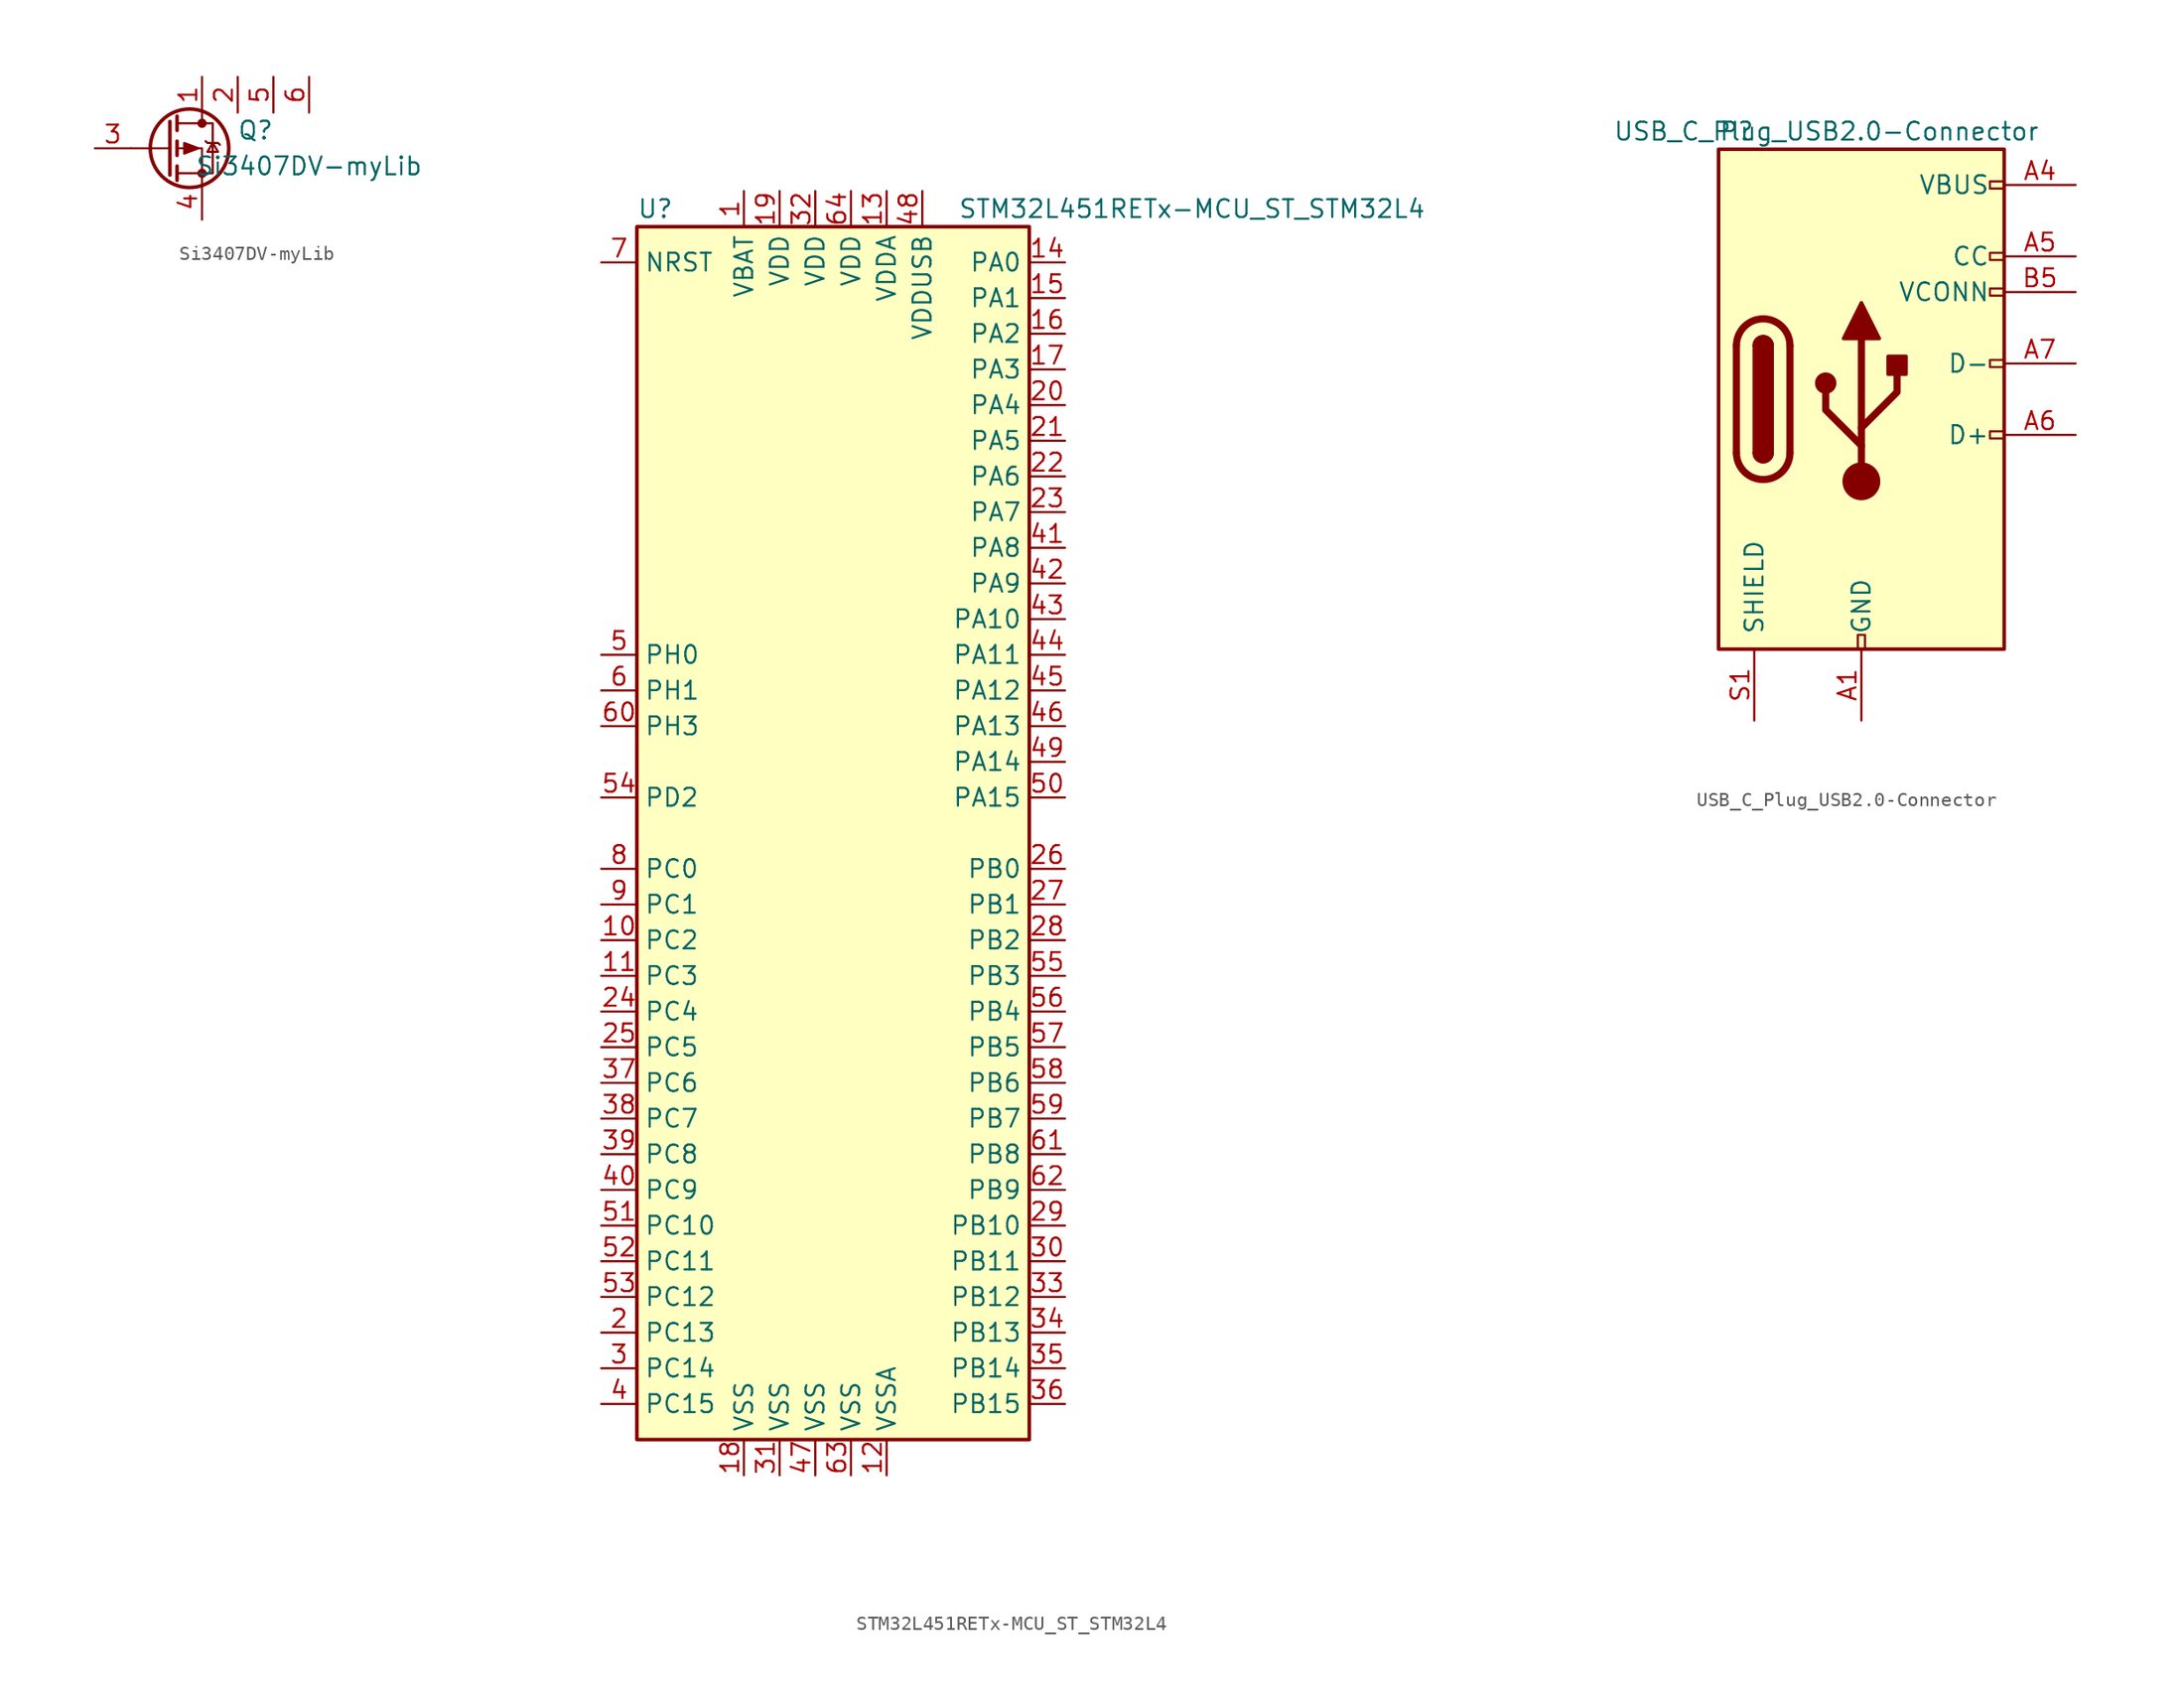
<source format=kicad_sym>
(kicad_symbol_lib
  (version 20211014)
  (generator kicad_symbol_editor)
  (symbol "Si3407DV-myLib"
    (pin_names
      (offset 0) hide)
    (property "Reference" "Q"
      (at 6.35 1.27 0)
      (effects (font (size 1.27 1.27))))
    (property "Value" "Si3407DV-myLib"
      (at 10.16 -1.27 0)
      (effects (font (size 1.27 1.27))))
    (symbol "Si3407DV-myLib_0_1"
      (polyline (pts (xy 0.254 0) (xy -2.54 0)) (stroke (width 0) (type default) (color 0 0 0 0)) (fill (type none)))
      (polyline (pts (xy 0.254 1.905) (xy 0.254 -1.905)) (stroke (width 0.254) (type default) (color 0 0 0 0)) (fill (type none)))
      (polyline (pts (xy 0.762 -1.27) (xy 0.762 -2.286)) (stroke (width 0.254) (type default) (color 0 0 0 0)) (fill (type none)))
      (polyline (pts (xy 0.762 0.508) (xy 0.762 -0.508)) (stroke (width 0.254) (type default) (color 0 0 0 0)) (fill (type none)))
      (polyline (pts (xy 0.762 2.286) (xy 0.762 1.27)) (stroke (width 0.254) (type default) (color 0 0 0 0)) (fill (type none)))
      (polyline (pts (xy 2.54 2.54) (xy 2.54 1.778)) (stroke (width 0) (type default) (color 0 0 0 0)) (fill (type none)))
      (polyline (pts (xy 2.54 -2.54) (xy 2.54 0) (xy 0.762 0)) (stroke (width 0) (type default) (color 0 0 0 0)) (fill (type none)))
      (polyline (pts (xy 0.762 -1.778) (xy 3.302 -1.778) (xy 3.302 1.778) (xy 0.762 1.778)) (stroke (width 0) (type default) (color 0 0 0 0)) (fill (type none)))
      (polyline (pts (xy 2.286 0) (xy 1.27 -0.381) (xy 1.27 0.381) (xy 2.286 0)) (stroke (width 0) (type default) (color 0 0 0 0)) (fill (type outline)))
      (polyline (pts (xy 2.794 0.508) (xy 2.921 0.381) (xy 3.683 0.381) (xy 3.81 0.254)) (stroke (width 0) (type default) (color 0 0 0 0)) (fill (type none)))
      (polyline (pts (xy 3.302 0.381) (xy 2.921 -0.254) (xy 3.683 -0.254) (xy 3.302 0.381)) (stroke (width 0) (type default) (color 0 0 0 0)) (fill (type none)))
      (circle (center 1.651 0) (radius 2.794) (stroke (width 0.254) (type default) (color 0 0 0 0)) (fill (type none)))
      (circle (center 2.54 -1.778) (radius 0.254) (stroke (width 0) (type default) (color 0 0 0 0)) (fill (type outline)))
      (circle (center 2.54 1.778) (radius 0.254) (stroke (width 0) (type default) (color 0 0 0 0)) (fill (type outline))))
    (symbol "Si3407DV-myLib_1_1"
      (pin passive line (at 2.54 5.08 270) (length 2.54) (name "D" (effects (font (size 1.27 1.27)))) (number "1" (effects (font (size 1.27 1.27)))))
      (pin passive line (at 5.08 5.08 270) (length 2.54) (name "D" (effects (font (size 1.27 1.27)))) (number "2" (effects (font (size 1.27 1.27)))))
      (pin input line (at -5.08 0 0) (length 2.54) (name "G" (effects (font (size 1.27 1.27)))) (number "3" (effects (font (size 1.27 1.27)))))
      (pin passive line (at 2.54 -5.08 90) (length 2.54) (name "S" (effects (font (size 1.27 1.27)))) (number "4" (effects (font (size 1.27 1.27)))))
      (pin passive line (at 7.62 5.08 270) (length 2.54) (name "D" (effects (font (size 1.27 1.27)))) (number "5" (effects (font (size 1.27 1.27)))))
      (pin passive line (at 10.16 5.08 270) (length 2.54) (name "D" (effects (font (size 1.27 1.27)))) (number "6" (effects (font (size 1.27 1.27)))))))
  (symbol "STM32L451RETx-MCU_ST_STM32L4"
    (property "Reference" "U"
      (at -15.24 44.45 0)
      (effects (font (size 1.27 1.27)) (justify left)))
    (property "Value" "STM32L451RETx-MCU_ST_STM32L4"
      (at 7.62 44.45 0)
      (effects (font (size 1.27 1.27)) (justify left)))
    (symbol "STM32L451RETx-MCU_ST_STM32L4_0_1"
      (rectangle (start -15.24 -43.18) (end 12.7 43.18) (stroke (width 0.254) (type default) (color 0 0 0 0)) (fill (type background))))
    (symbol "STM32L451RETx-MCU_ST_STM32L4_1_1"
      (pin power_in line (at -7.62 45.72 270) (length 2.54) (name "VBAT" (effects (font (size 1.27 1.27)))) (number "1" (effects (font (size 1.27 1.27)))))
      (pin bidirectional line (at -17.78 -7.62 0) (length 2.54) (name "PC2" (effects (font (size 1.27 1.27)))) (number "10" (effects (font (size 1.27 1.27)))))
      (pin bidirectional line (at -17.78 -10.16 0) (length 2.54) (name "PC3" (effects (font (size 1.27 1.27)))) (number "11" (effects (font (size 1.27 1.27)))))
      (pin power_in line (at 2.54 -45.72 90) (length 2.54) (name "VSSA" (effects (font (size 1.27 1.27)))) (number "12" (effects (font (size 1.27 1.27)))))
      (pin power_in line (at 2.54 45.72 270) (length 2.54) (name "VDDA" (effects (font (size 1.27 1.27)))) (number "13" (effects (font (size 1.27 1.27)))))
      (pin bidirectional line (at 15.24 40.64 180) (length 2.54) (name "PA0" (effects (font (size 1.27 1.27)))) (number "14" (effects (font (size 1.27 1.27)))))
      (pin bidirectional line (at 15.24 38.1 180) (length 2.54) (name "PA1" (effects (font (size 1.27 1.27)))) (number "15" (effects (font (size 1.27 1.27)))))
      (pin bidirectional line (at 15.24 35.56 180) (length 2.54) (name "PA2" (effects (font (size 1.27 1.27)))) (number "16" (effects (font (size 1.27 1.27)))))
      (pin bidirectional line (at 15.24 33.02 180) (length 2.54) (name "PA3" (effects (font (size 1.27 1.27)))) (number "17" (effects (font (size 1.27 1.27)))))
      (pin power_in line (at -7.62 -45.72 90) (length 2.54) (name "VSS" (effects (font (size 1.27 1.27)))) (number "18" (effects (font (size 1.27 1.27)))))
      (pin power_in line (at -5.08 45.72 270) (length 2.54) (name "VDD" (effects (font (size 1.27 1.27)))) (number "19" (effects (font (size 1.27 1.27)))))
      (pin bidirectional line (at -17.78 -35.56 0) (length 2.54) (name "PC13" (effects (font (size 1.27 1.27)))) (number "2" (effects (font (size 1.27 1.27)))))
      (pin bidirectional line (at 15.24 30.48 180) (length 2.54) (name "PA4" (effects (font (size 1.27 1.27)))) (number "20" (effects (font (size 1.27 1.27)))))
      (pin bidirectional line (at 15.24 27.94 180) (length 2.54) (name "PA5" (effects (font (size 1.27 1.27)))) (number "21" (effects (font (size 1.27 1.27)))))
      (pin bidirectional line (at 15.24 25.4 180) (length 2.54) (name "PA6" (effects (font (size 1.27 1.27)))) (number "22" (effects (font (size 1.27 1.27)))))
      (pin bidirectional line (at 15.24 22.86 180) (length 2.54) (name "PA7" (effects (font (size 1.27 1.27)))) (number "23" (effects (font (size 1.27 1.27)))))
      (pin bidirectional line (at -17.78 -12.7 0) (length 2.54) (name "PC4" (effects (font (size 1.27 1.27)))) (number "24" (effects (font (size 1.27 1.27)))))
      (pin bidirectional line (at -17.78 -15.24 0) (length 2.54) (name "PC5" (effects (font (size 1.27 1.27)))) (number "25" (effects (font (size 1.27 1.27)))))
      (pin bidirectional line (at 15.24 -2.54 180) (length 2.54) (name "PB0" (effects (font (size 1.27 1.27)))) (number "26" (effects (font (size 1.27 1.27)))))
      (pin bidirectional line (at 15.24 -5.08 180) (length 2.54) (name "PB1" (effects (font (size 1.27 1.27)))) (number "27" (effects (font (size 1.27 1.27)))))
      (pin bidirectional line (at 15.24 -7.62 180) (length 2.54) (name "PB2" (effects (font (size 1.27 1.27)))) (number "28" (effects (font (size 1.27 1.27)))))
      (pin bidirectional line (at 15.24 -27.94 180) (length 2.54) (name "PB10" (effects (font (size 1.27 1.27)))) (number "29" (effects (font (size 1.27 1.27)))))
      (pin bidirectional line (at -17.78 -38.1 0) (length 2.54) (name "PC14" (effects (font (size 1.27 1.27)))) (number "3" (effects (font (size 1.27 1.27)))))
      (pin bidirectional line (at 15.24 -30.48 180) (length 2.54) (name "PB11" (effects (font (size 1.27 1.27)))) (number "30" (effects (font (size 1.27 1.27)))))
      (pin power_in line (at -5.08 -45.72 90) (length 2.54) (name "VSS" (effects (font (size 1.27 1.27)))) (number "31" (effects (font (size 1.27 1.27)))))
      (pin power_in line (at -2.54 45.72 270) (length 2.54) (name "VDD" (effects (font (size 1.27 1.27)))) (number "32" (effects (font (size 1.27 1.27)))))
      (pin bidirectional line (at 15.24 -33.02 180) (length 2.54) (name "PB12" (effects (font (size 1.27 1.27)))) (number "33" (effects (font (size 1.27 1.27)))))
      (pin bidirectional line (at 15.24 -35.56 180) (length 2.54) (name "PB13" (effects (font (size 1.27 1.27)))) (number "34" (effects (font (size 1.27 1.27)))))
      (pin bidirectional line (at 15.24 -38.1 180) (length 2.54) (name "PB14" (effects (font (size 1.27 1.27)))) (number "35" (effects (font (size 1.27 1.27)))))
      (pin bidirectional line (at 15.24 -40.64 180) (length 2.54) (name "PB15" (effects (font (size 1.27 1.27)))) (number "36" (effects (font (size 1.27 1.27)))))
      (pin bidirectional line (at -17.78 -17.78 0) (length 2.54) (name "PC6" (effects (font (size 1.27 1.27)))) (number "37" (effects (font (size 1.27 1.27)))))
      (pin bidirectional line (at -17.78 -20.32 0) (length 2.54) (name "PC7" (effects (font (size 1.27 1.27)))) (number "38" (effects (font (size 1.27 1.27)))))
      (pin bidirectional line (at -17.78 -22.86 0) (length 2.54) (name "PC8" (effects (font (size 1.27 1.27)))) (number "39" (effects (font (size 1.27 1.27)))))
      (pin bidirectional line (at -17.78 -40.64 0) (length 2.54) (name "PC15" (effects (font (size 1.27 1.27)))) (number "4" (effects (font (size 1.27 1.27)))))
      (pin bidirectional line (at -17.78 -25.4 0) (length 2.54) (name "PC9" (effects (font (size 1.27 1.27)))) (number "40" (effects (font (size 1.27 1.27)))))
      (pin bidirectional line (at 15.24 20.32 180) (length 2.54) (name "PA8" (effects (font (size 1.27 1.27)))) (number "41" (effects (font (size 1.27 1.27)))))
      (pin bidirectional line (at 15.24 17.78 180) (length 2.54) (name "PA9" (effects (font (size 1.27 1.27)))) (number "42" (effects (font (size 1.27 1.27)))))
      (pin bidirectional line (at 15.24 15.24 180) (length 2.54) (name "PA10" (effects (font (size 1.27 1.27)))) (number "43" (effects (font (size 1.27 1.27)))))
      (pin bidirectional line (at 15.24 12.7 180) (length 2.54) (name "PA11" (effects (font (size 1.27 1.27)))) (number "44" (effects (font (size 1.27 1.27)))))
      (pin bidirectional line (at 15.24 10.16 180) (length 2.54) (name "PA12" (effects (font (size 1.27 1.27)))) (number "45" (effects (font (size 1.27 1.27)))))
      (pin bidirectional line (at 15.24 7.62 180) (length 2.54) (name "PA13" (effects (font (size 1.27 1.27)))) (number "46" (effects (font (size 1.27 1.27)))))
      (pin power_in line (at -2.54 -45.72 90) (length 2.54) (name "VSS" (effects (font (size 1.27 1.27)))) (number "47" (effects (font (size 1.27 1.27)))))
      (pin power_in line (at 5.08 45.72 270) (length 2.54) (name "VDDUSB" (effects (font (size 1.27 1.27)))) (number "48" (effects (font (size 1.27 1.27)))))
      (pin bidirectional line (at 15.24 5.08 180) (length 2.54) (name "PA14" (effects (font (size 1.27 1.27)))) (number "49" (effects (font (size 1.27 1.27)))))
      (pin input line (at -17.78 12.7 0) (length 2.54) (name "PH0" (effects (font (size 1.27 1.27)))) (number "5" (effects (font (size 1.27 1.27)))))
      (pin bidirectional line (at 15.24 2.54 180) (length 2.54) (name "PA15" (effects (font (size 1.27 1.27)))) (number "50" (effects (font (size 1.27 1.27)))))
      (pin bidirectional line (at -17.78 -27.94 0) (length 2.54) (name "PC10" (effects (font (size 1.27 1.27)))) (number "51" (effects (font (size 1.27 1.27)))))
      (pin bidirectional line (at -17.78 -30.48 0) (length 2.54) (name "PC11" (effects (font (size 1.27 1.27)))) (number "52" (effects (font (size 1.27 1.27)))))
      (pin bidirectional line (at -17.78 -33.02 0) (length 2.54) (name "PC12" (effects (font (size 1.27 1.27)))) (number "53" (effects (font (size 1.27 1.27)))))
      (pin bidirectional line (at -17.78 2.54 0) (length 2.54) (name "PD2" (effects (font (size 1.27 1.27)))) (number "54" (effects (font (size 1.27 1.27)))))
      (pin bidirectional line (at 15.24 -10.16 180) (length 2.54) (name "PB3" (effects (font (size 1.27 1.27)))) (number "55" (effects (font (size 1.27 1.27)))))
      (pin bidirectional line (at 15.24 -12.7 180) (length 2.54) (name "PB4" (effects (font (size 1.27 1.27)))) (number "56" (effects (font (size 1.27 1.27)))))
      (pin bidirectional line (at 15.24 -15.24 180) (length 2.54) (name "PB5" (effects (font (size 1.27 1.27)))) (number "57" (effects (font (size 1.27 1.27)))))
      (pin bidirectional line (at 15.24 -17.78 180) (length 2.54) (name "PB6" (effects (font (size 1.27 1.27)))) (number "58" (effects (font (size 1.27 1.27)))))
      (pin bidirectional line (at 15.24 -20.32 180) (length 2.54) (name "PB7" (effects (font (size 1.27 1.27)))) (number "59" (effects (font (size 1.27 1.27)))))
      (pin input line (at -17.78 10.16 0) (length 2.54) (name "PH1" (effects (font (size 1.27 1.27)))) (number "6" (effects (font (size 1.27 1.27)))))
      (pin bidirectional line (at -17.78 7.62 0) (length 2.54) (name "PH3" (effects (font (size 1.27 1.27)))) (number "60" (effects (font (size 1.27 1.27)))))
      (pin bidirectional line (at 15.24 -22.86 180) (length 2.54) (name "PB8" (effects (font (size 1.27 1.27)))) (number "61" (effects (font (size 1.27 1.27)))))
      (pin bidirectional line (at 15.24 -25.4 180) (length 2.54) (name "PB9" (effects (font (size 1.27 1.27)))) (number "62" (effects (font (size 1.27 1.27)))))
      (pin power_in line (at 0 -45.72 90) (length 2.54) (name "VSS" (effects (font (size 1.27 1.27)))) (number "63" (effects (font (size 1.27 1.27)))))
      (pin power_in line (at 0 45.72 270) (length 2.54) (name "VDD" (effects (font (size 1.27 1.27)))) (number "64" (effects (font (size 1.27 1.27)))))
      (pin input line (at -17.78 40.64 0) (length 2.54) (name "NRST" (effects (font (size 1.27 1.27)))) (number "7" (effects (font (size 1.27 1.27)))))
      (pin bidirectional line (at -17.78 -2.54 0) (length 2.54) (name "PC0" (effects (font (size 1.27 1.27)))) (number "8" (effects (font (size 1.27 1.27)))))
      (pin bidirectional line (at -17.78 -5.08 0) (length 2.54) (name "PC1" (effects (font (size 1.27 1.27)))) (number "9" (effects (font (size 1.27 1.27)))))))
  (symbol "USB_C_Plug_USB2.0-Connector"
    (pin_names
      (offset 1.016))
    (property "Reference" "P"
      (at -10.16 19.05 0)
      (effects (font (size 1.27 1.27)) (justify left)))
    (property "Value" "USB_C_Plug_USB2.0-Connector"
      (at 12.7 19.05 0)
      (effects (font (size 1.27 1.27)) (justify right)))
    (symbol "USB_C_Plug_USB2.0-Connector_0_0"
      (rectangle (start -0.254 -17.78) (end 0.254 -16.764) (stroke (width 0) (type default) (color 0 0 0 0)) (fill (type none)))
      (rectangle (start 10.16 -2.286) (end 9.144 -2.794) (stroke (width 0) (type default) (color 0 0 0 0)) (fill (type none)))
      (rectangle (start 10.16 2.794) (end 9.144 2.286) (stroke (width 0) (type default) (color 0 0 0 0)) (fill (type none)))
      (rectangle (start 10.16 7.874) (end 9.144 7.366) (stroke (width 0) (type default) (color 0 0 0 0)) (fill (type none)))
      (rectangle (start 10.16 10.414) (end 9.144 9.906) (stroke (width 0) (type default) (color 0 0 0 0)) (fill (type none)))
      (rectangle (start 10.16 15.494) (end 9.144 14.986) (stroke (width 0) (type default) (color 0 0 0 0)) (fill (type none))))
    (symbol "USB_C_Plug_USB2.0-Connector_0_1"
      (rectangle (start -10.16 17.78) (end 10.16 -17.78) (stroke (width 0.254) (type default) (color 0 0 0 0)) (fill (type background)))
      (arc (start -8.89 -3.81) (mid -6.985 -5.715) (end -5.08 -3.81) (stroke (width 0.508) (type default) (color 0 0 0 0)) (fill (type none)))
      (arc (start -7.62 -3.81) (mid -6.985 -4.445) (end -6.35 -3.81) (stroke (width 0.254) (type default) (color 0 0 0 0)) (fill (type none)))
      (arc (start -7.62 -3.81) (mid -6.985 -4.445) (end -6.35 -3.81) (stroke (width 0.254) (type default) (color 0 0 0 0)) (fill (type outline)))
      (rectangle (start -7.62 -3.81) (end -6.35 3.81) (stroke (width 0.254) (type default) (color 0 0 0 0)) (fill (type outline)))
      (arc (start -6.35 3.81) (mid -6.985 4.445) (end -7.62 3.81) (stroke (width 0.254) (type default) (color 0 0 0 0)) (fill (type none)))
      (arc (start -6.35 3.81) (mid -6.985 4.445) (end -7.62 3.81) (stroke (width 0.254) (type default) (color 0 0 0 0)) (fill (type outline)))
      (arc (start -5.08 3.81) (mid -6.985 5.715) (end -8.89 3.81) (stroke (width 0.508) (type default) (color 0 0 0 0)) (fill (type none)))
      (circle (center -2.54 1.143) (radius 0.635) (stroke (width 0.254) (type default) (color 0 0 0 0)) (fill (type outline)))
      (circle (center 0 -5.842) (radius 1.27) (stroke (width 0) (type default) (color 0 0 0 0)) (fill (type outline)))
      (polyline (pts (xy -8.89 -3.81) (xy -8.89 3.81)) (stroke (width 0.508) (type default) (color 0 0 0 0)) (fill (type none)))
      (polyline (pts (xy -5.08 3.81) (xy -5.08 -3.81)) (stroke (width 0.508) (type default) (color 0 0 0 0)) (fill (type none)))
      (polyline (pts (xy 0 -5.842) (xy 0 4.318)) (stroke (width 0.508) (type default) (color 0 0 0 0)) (fill (type none)))
      (polyline (pts (xy 0 -3.302) (xy -2.54 -0.762) (xy -2.54 0.508)) (stroke (width 0.508) (type default) (color 0 0 0 0)) (fill (type none)))
      (polyline (pts (xy 0 -2.032) (xy 2.54 0.508) (xy 2.54 1.778)) (stroke (width 0.508) (type default) (color 0 0 0 0)) (fill (type none)))
      (polyline (pts (xy -1.27 4.318) (xy 0 6.858) (xy 1.27 4.318) (xy -1.27 4.318)) (stroke (width 0.254) (type default) (color 0 0 0 0)) (fill (type outline)))
      (rectangle (start 1.905 1.778) (end 3.175 3.048) (stroke (width 0.254) (type default) (color 0 0 0 0)) (fill (type outline))))
    (symbol "USB_C_Plug_USB2.0-Connector_1_1"
      (pin power_in line (at 0 -22.86 90) (length 5.08) (name "GND" (effects (font (size 1.27 1.27)))) (number "A1" (effects (font (size 1.27 1.27)))))
      (pin passive line (at 0 -22.86 90) (length 5.08) hide (name "GND" (effects (font (size 1.27 1.27)))) (number "A12" (effects (font (size 1.27 1.27)))))
      (pin power_in line (at 15.24 15.24 180) (length 5.08) (name "VBUS" (effects (font (size 1.27 1.27)))) (number "A4" (effects (font (size 1.27 1.27)))))
      (pin bidirectional line (at 15.24 10.16 180) (length 5.08) (name "CC" (effects (font (size 1.27 1.27)))) (number "A5" (effects (font (size 1.27 1.27)))))
      (pin bidirectional line (at 15.24 -2.54 180) (length 5.08) (name "D+" (effects (font (size 1.27 1.27)))) (number "A6" (effects (font (size 1.27 1.27)))))
      (pin bidirectional line (at 15.24 2.54 180) (length 5.08) (name "D-" (effects (font (size 1.27 1.27)))) (number "A7" (effects (font (size 1.27 1.27)))))
      (pin passive line (at 15.24 15.24 180) (length 5.08) hide (name "VBUS" (effects (font (size 1.27 1.27)))) (number "A9" (effects (font (size 1.27 1.27)))))
      (pin passive line (at 0 -22.86 90) (length 5.08) hide (name "GND" (effects (font (size 1.27 1.27)))) (number "B1" (effects (font (size 1.27 1.27)))))
      (pin passive line (at 0 -22.86 90) (length 5.08) hide (name "GND" (effects (font (size 1.27 1.27)))) (number "B12" (effects (font (size 1.27 1.27)))))
      (pin passive line (at 15.24 15.24 180) (length 5.08) hide (name "VBUS" (effects (font (size 1.27 1.27)))) (number "B4" (effects (font (size 1.27 1.27)))))
      (pin bidirectional line (at 15.24 7.62 180) (length 5.08) (name "VCONN" (effects (font (size 1.27 1.27)))) (number "B5" (effects (font (size 1.27 1.27)))))
      (pin passive line (at 15.24 15.24 180) (length 5.08) hide (name "VBUS" (effects (font (size 1.27 1.27)))) (number "B9" (effects (font (size 1.27 1.27)))))
      (pin passive line (at -7.62 -22.86 90) (length 5.08) (name "SHIELD" (effects (font (size 1.27 1.27)))) (number "S1" (effects (font (size 1.27 1.27))))))))
</source>
